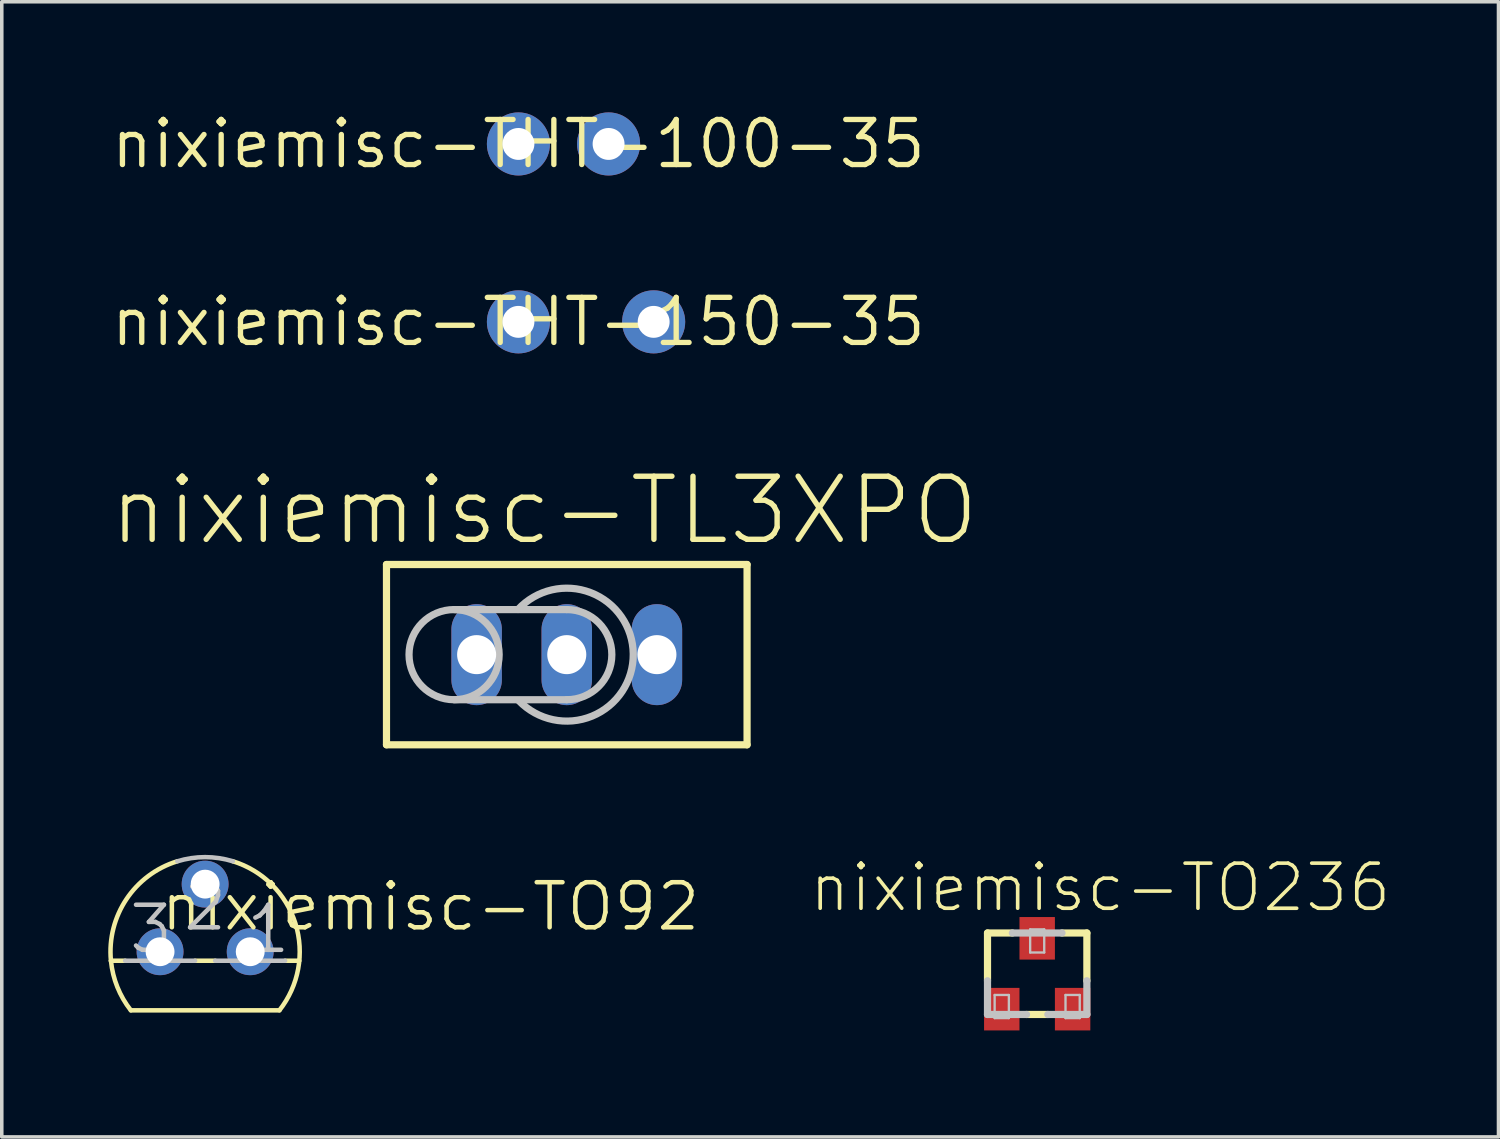
<source format=kicad_pcb>
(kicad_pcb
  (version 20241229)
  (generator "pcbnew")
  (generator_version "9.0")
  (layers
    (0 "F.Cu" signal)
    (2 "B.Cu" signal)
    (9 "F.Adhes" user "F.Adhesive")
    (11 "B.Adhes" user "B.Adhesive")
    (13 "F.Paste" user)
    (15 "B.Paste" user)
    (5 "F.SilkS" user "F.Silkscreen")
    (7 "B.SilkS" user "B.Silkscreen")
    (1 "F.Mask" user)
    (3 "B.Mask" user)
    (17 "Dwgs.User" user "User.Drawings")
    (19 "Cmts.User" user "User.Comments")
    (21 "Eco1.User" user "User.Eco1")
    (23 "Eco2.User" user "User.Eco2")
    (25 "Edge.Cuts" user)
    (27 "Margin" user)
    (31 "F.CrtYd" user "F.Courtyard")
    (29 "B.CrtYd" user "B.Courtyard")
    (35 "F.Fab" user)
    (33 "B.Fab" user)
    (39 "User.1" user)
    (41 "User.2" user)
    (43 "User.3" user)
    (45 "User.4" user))
  (footprint "nixiemisc-THT-150-35"
    (layer "F.Cu")
    (at 11.558 6.019)
    (property "Reference" "nixiemisc-THT-150-35" (at 0 0 0) (unlocked yes) (layer "F.SilkS") (effects (font (size 1.27 1.27) (thickness 0.15))))
    (attr exclude_from_pos_files exclude_from_bom)
    (pad "1" thru_hole circle (at 0 0) (size 1.778 1.778) (drill 0.899) (layers "*.Cu" "*.Mask"))
    (pad "2" thru_hole circle (at 3.81 0) (size 1.778 1.778) (drill 0.899) (layers "*.Cu" "*.Mask")))
  (footprint "nixiemisc-THT-100-35"
    (layer "F.Cu")
    (at 11.558 1.006)
    (property "Reference" "nixiemisc-THT-100-35" (at 0 0 0) (unlocked yes) (layer "F.SilkS") (effects (font (size 1.27 1.27) (thickness 0.15))))
    (attr exclude_from_pos_files exclude_from_bom)
    (pad "1" thru_hole circle (at 0 0) (size 1.778 1.778) (drill 0.899) (layers "*.Cu" "*.Mask"))
    (pad "2" thru_hole circle (at 2.54 0) (size 1.778 1.778) (drill 0.899) (layers "*.Cu" "*.Mask")))
  (footprint "nixiemisc-TO236"
    (layer "F.Cu")
    (at 26.175 24.387)
    (property "Reference" "nixiemisc-TO236" (at 1.778 -2.428 0) (unlocked yes) (layer "F.SilkS") (effects (font (size 1.27 1.27) (thickness 0.102))))
    (attr smd)
    (fp_line (start -1.4 -1.148) (end -1.4 0.198) (stroke (width 0.203) (type solid)) (layer "F.SilkS"))
    (fp_line (start -1.4 -1.148) (end -0.699 -1.148) (stroke (width 0.203) (type solid)) (layer "F.SilkS"))
    (fp_line (start -0.3 1.148) (end 0.3 1.148) (stroke (width 0.203) (type solid)) (layer "F.SilkS"))
    (fp_line (start 1.4 -1.148) (end 0.699 -1.148) (stroke (width 0.203) (type solid)) (layer "F.SilkS"))
    (fp_line (start 1.4 0.198) (end 1.4 -1.148) (stroke (width 0.203) (type solid)) (layer "F.SilkS"))
    (fp_line (start -1.4 0.198) (end -1.4 1.148) (stroke (width 0.203) (type solid)) (layer "Dwgs.User"))
    (fp_line (start -1.4 1.148) (end -0.3 1.148) (stroke (width 0.203) (type solid)) (layer "Dwgs.User"))
    (fp_line (start -1.199 0.599) (end -0.798 0.599) (stroke (width 0.066) (type solid)) (layer "Dwgs.User"))
    (fp_line (start -1.199 1.25) (end -1.199 0.599) (stroke (width 0.066) (type solid)) (layer "Dwgs.User"))
    (fp_line (start -1.199 1.25) (end -0.798 1.25) (stroke (width 0.066) (type solid)) (layer "Dwgs.User"))
    (fp_line (start -0.798 1.25) (end -0.798 0.599) (stroke (width 0.066) (type solid)) (layer "Dwgs.User"))
    (fp_line (start -0.699 -1.148) (end 0.699 -1.148) (stroke (width 0.203) (type solid)) (layer "Dwgs.User"))
    (fp_line (start -0.198 -1.25) (end 0.198 -1.25) (stroke (width 0.066) (type solid)) (layer "Dwgs.User"))
    (fp_line (start -0.198 -0.599) (end -0.198 -1.25) (stroke (width 0.066) (type solid)) (layer "Dwgs.User"))
    (fp_line (start -0.198 -0.599) (end 0.198 -0.599) (stroke (width 0.066) (type solid)) (layer "Dwgs.User"))
    (fp_line (start 0.198 -0.599) (end 0.198 -1.25) (stroke (width 0.066) (type solid)) (layer "Dwgs.User"))
    (fp_line (start 0.3 1.148) (end 1.4 1.148) (stroke (width 0.203) (type solid)) (layer "Dwgs.User"))
    (fp_line (start 0.798 0.599) (end 1.199 0.599) (stroke (width 0.066) (type solid)) (layer "Dwgs.User"))
    (fp_line (start 0.798 1.25) (end 0.798 0.599) (stroke (width 0.066) (type solid)) (layer "Dwgs.User"))
    (fp_line (start 0.798 1.25) (end 1.199 1.25) (stroke (width 0.066) (type solid)) (layer "Dwgs.User"))
    (fp_line (start 1.199 1.25) (end 1.199 0.599) (stroke (width 0.066) (type solid)) (layer "Dwgs.User"))
    (fp_line (start 1.4 1.148) (end 1.4 0.198) (stroke (width 0.203) (type solid)) (layer "Dwgs.User"))
    (pad "A" smd rect (at -0.998 0.998) (size 0.998 1.199) (layers "F.Cu" "F.Mask" "F.Paste"))
    (pad "C" smd rect (at 0 -0.998) (size 0.998 1.199) (layers "F.Cu" "F.Mask" "F.Paste"))
    (pad "NC" smd rect (at 0.998 0.998) (size 0.998 1.199) (layers "F.Cu" "F.Mask" "F.Paste")))
  (footprint "nixiemisc-TL3XPO"
    (layer "F.Cu")
    (at 12.92 15.396)
    (property "Reference" "nixiemisc-TL3XPO" (at -0.635 -4.064 0) (unlocked yes) (layer "F.SilkS") (effects (font (size 1.778 1.778) (thickness 0.152))))
    (attr exclude_from_pos_files exclude_from_bom)
    (fp_line (start -5.08 -2.54) (end 5.08 -2.54) (stroke (width 0.203) (type solid)) (layer "F.SilkS"))
    (fp_line (start -5.08 2.54) (end -5.08 -2.54) (stroke (width 0.203) (type solid)) (layer "F.SilkS"))
    (fp_line (start 5.08 -2.54) (end 5.08 2.54) (stroke (width 0.203) (type solid)) (layer "F.SilkS"))
    (fp_line (start 5.08 2.54) (end -5.08 2.54) (stroke (width 0.203) (type solid)) (layer "F.SilkS"))
    (fp_line (start -3.175 -1.27) (end 0 -1.27) (stroke (width 0.203) (type solid)) (layer "Dwgs.User"))
    (fp_line (start -3.175 1.27) (end 0 1.27) (stroke (width 0.203) (type solid)) (layer "Dwgs.User"))
    (fp_arc (start -1.37414 -1.27254) (mid 1.872762 -0.019559) (end -1.347262 1.300962) (stroke (width 0.2032) (type solid)) (layer "Dwgs.User"))
    (fp_arc (start 0 -1.27) (mid 1.27 0) (end 0 1.27) (stroke (width 0.2032) (type solid)) (layer "Dwgs.User"))
    (fp_circle (center -3.175 0) (end -3.175 -1.27) (stroke (width 0.203) (type solid)) (fill no) (layer "Dwgs.User"))
    (pad "1" thru_hole oval (at -2.54 0 180) (size 1.422 2.845) (drill 1.1) (layers "*.Cu" "*.Mask"))
    (pad "2" thru_hole oval (at 0 0 180) (size 1.422 2.845) (drill 1.1) (layers "*.Cu" "*.Mask"))
    (pad "3" thru_hole oval (at 2.54 0 180) (size 1.422 2.845) (drill 1.1) (layers "*.Cu" "*.Mask")))
  (footprint "nixiemisc-TO92"
    (layer "F.Cu")
    (at 2.73 23.767)
    (property "Reference" "nixiemisc-TO92" (at 6.35 -1.27 0) (unlocked yes) (layer "F.SilkS") (effects (font (size 1.27 1.27) (thickness 0.127))))
    (attr exclude_from_pos_files exclude_from_bom)
    (fp_line (start -2.654 0.254) (end -2.253 0.254) (stroke (width 0.127) (type solid)) (layer "F.SilkS"))
    (fp_line (start -2.093 1.651) (end 2.093 1.651) (stroke (width 0.127) (type solid)) (layer "F.SilkS"))
    (fp_line (start -0.284 0.254) (end 0.284 0.254) (stroke (width 0.127) (type solid)) (layer "F.SilkS"))
    (fp_line (start 2.253 0.254) (end 2.654 0.254) (stroke (width 0.127) (type solid)) (layer "F.SilkS"))
    (fp_arc (start -2.6543 0.254) (mid -2.218762 -1.478824) (end -0.786981 -2.547643) (stroke (width 0.127) (type solid)) (layer "F.SilkS"))
    (fp_arc (start -2.09296 1.651) (mid -2.473084 0.995057) (end -2.653185 0.258633) (stroke (width 0.127) (type solid)) (layer "F.SilkS"))
    (fp_arc (start 0.78486 -2.54762) (mid 2.544804 -0.793944) (end 2.094264 1.649373) (stroke (width 0.127) (type solid)) (layer "F.SilkS"))
    (fp_line (start -2.253 0.254) (end -0.284 0.254) (stroke (width 0.127) (type solid)) (layer "Dwgs.User"))
    (fp_line (start 0.284 0.254) (end 2.253 0.254) (stroke (width 0.127) (type solid)) (layer "Dwgs.User"))
    (fp_arc (start -0.78486 -2.54762) (mid -0.001061 -2.665778) (end 0.782832 -2.548244) (stroke (width 0.127) (type solid)) (layer "Dwgs.User"))
    (fp_text user "1" (at 1.778 -0.635 0) (layer "Dwgs.User") (effects (font (size 1.27 1.27) (thickness 0.127))))
    (fp_text user "3" (at -1.524 -0.635 0) (layer "Dwgs.User") (effects (font (size 1.27 1.27) (thickness 0.127))))
    (fp_text user "2" (at 0 -1.27 0) (layer "Dwgs.User") (effects (font (size 1.27 1.27) (thickness 0.127))))
    (pad "1" thru_hole circle (at 1.27 0) (size 1.321 1.321) (drill 0.813) (layers "*.Cu" "*.Mask"))
    (pad "2" thru_hole circle (at 0 -1.905) (size 1.321 1.321) (drill 0.813) (layers "*.Cu" "*.Mask"))
    (pad "3" thru_hole circle (at -1.27 0) (size 1.321 1.321) (drill 0.813) (layers "*.Cu" "*.Mask")))
  (gr_rect
    (start -3 -3)
    (end 39.173 28.985)
    (stroke (width 0.1) (type default))
    (fill no)
    (layer "Edge.Cuts")))
</source>
